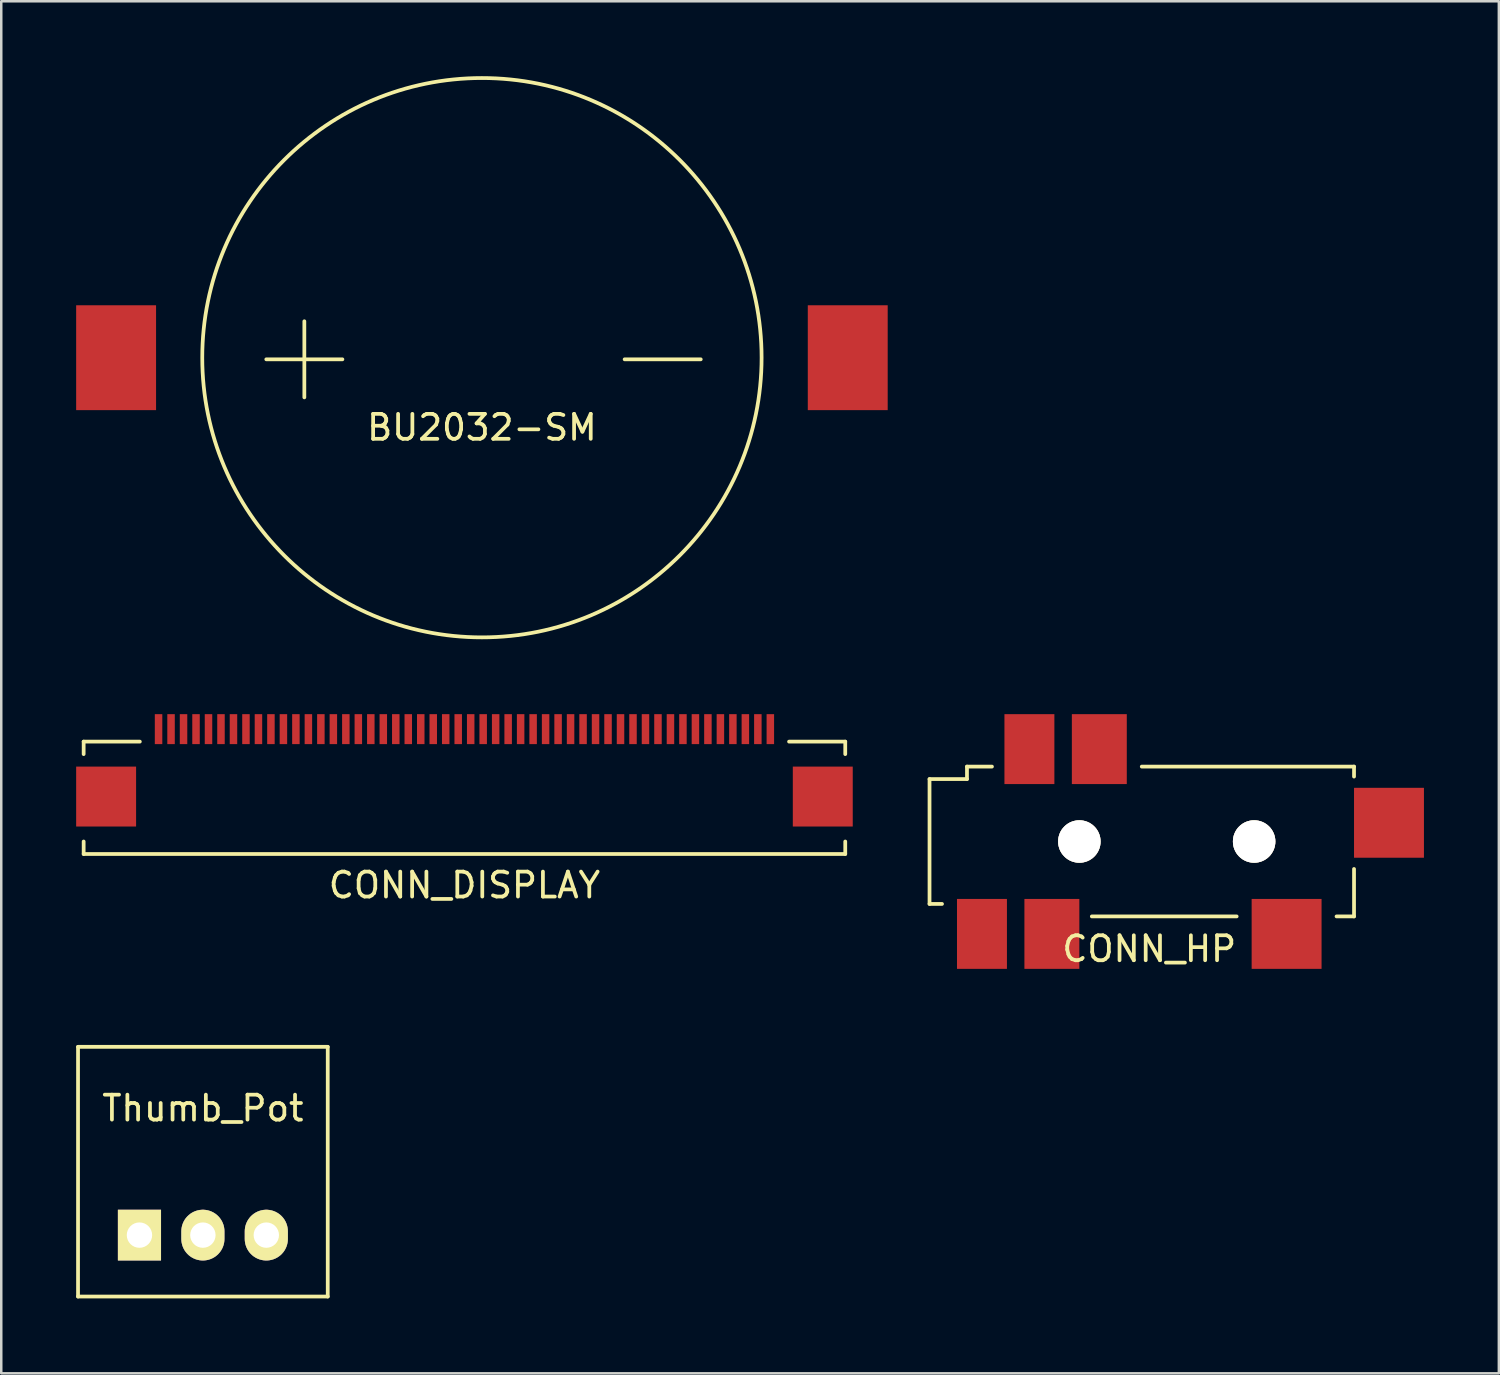
<source format=kicad_pcb>
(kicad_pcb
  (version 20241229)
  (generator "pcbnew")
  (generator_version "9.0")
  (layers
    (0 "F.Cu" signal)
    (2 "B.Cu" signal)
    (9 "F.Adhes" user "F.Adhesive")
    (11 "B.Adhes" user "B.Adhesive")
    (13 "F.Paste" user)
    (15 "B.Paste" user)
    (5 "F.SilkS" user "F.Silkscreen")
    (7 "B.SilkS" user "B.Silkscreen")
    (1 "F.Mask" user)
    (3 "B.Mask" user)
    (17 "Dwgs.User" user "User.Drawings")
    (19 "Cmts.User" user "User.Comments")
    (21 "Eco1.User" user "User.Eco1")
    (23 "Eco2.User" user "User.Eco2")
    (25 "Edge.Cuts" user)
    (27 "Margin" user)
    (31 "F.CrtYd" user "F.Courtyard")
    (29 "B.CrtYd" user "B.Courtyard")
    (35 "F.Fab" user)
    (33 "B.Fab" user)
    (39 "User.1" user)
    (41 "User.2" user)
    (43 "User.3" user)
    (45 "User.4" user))
  (footprint "CONN_DISPLAY"
    (layer "F.Cu")
    (at 15.55 27.65)
    (property "Reference" "CONN_DISPLAY" (at 0 4.75 0) (layer "F.SilkS") (effects (font (size 1 1) (thickness 0.15))))
    (attr through_hole)
    (fp_line (start -15.25 -1) (end -15.25 -0.5) (stroke (width 0.15) (type solid)) (layer "F.SilkS"))
    (fp_line (start -15.25 3) (end -15.25 3.5) (stroke (width 0.15) (type solid)) (layer "F.SilkS"))
    (fp_line (start -15.25 3.5) (end 15.25 3.5) (stroke (width 0.15) (type solid)) (layer "F.SilkS"))
    (fp_line (start -13 -1) (end -15.25 -1) (stroke (width 0.15) (type solid)) (layer "F.SilkS"))
    (fp_line (start 15.25 -1) (end 13 -1) (stroke (width 0.15) (type solid)) (layer "F.SilkS"))
    (fp_line (start 15.25 -0.5) (end 15.25 -1) (stroke (width 0.15) (type solid)) (layer "F.SilkS"))
    (fp_line (start 15.25 3.5) (end 15.25 3) (stroke (width 0.15) (type solid)) (layer "F.SilkS"))
    (pad "1" smd rect (at 12.25 -1.5) (size 0.3 1.2) (layers "F.Cu" "F.Mask" "F.Paste"))
    (pad "2" smd rect (at 11.75 -1.5) (size 0.3 1.2) (layers "F.Cu" "F.Mask" "F.Paste"))
    (pad "3" smd rect (at 11.25 -1.5) (size 0.3 1.2) (layers "F.Cu" "F.Mask" "F.Paste"))
    (pad "4" smd rect (at 10.75 -1.5) (size 0.3 1.2) (layers "F.Cu" "F.Mask" "F.Paste"))
    (pad "5" smd rect (at 10.25 -1.5) (size 0.3 1.2) (layers "F.Cu" "F.Mask" "F.Paste"))
    (pad "6" smd rect (at 9.75 -1.5) (size 0.3 1.2) (layers "F.Cu" "F.Mask" "F.Paste"))
    (pad "7" smd rect (at 9.25 -1.5) (size 0.3 1.2) (layers "F.Cu" "F.Mask" "F.Paste"))
    (pad "8" smd rect (at 8.75 -1.5) (size 0.3 1.2) (layers "F.Cu" "F.Mask" "F.Paste"))
    (pad "9" smd rect (at 8.25 -1.5) (size 0.3 1.2) (layers "F.Cu" "F.Mask" "F.Paste"))
    (pad "10" smd rect (at 7.75 -1.5) (size 0.3 1.2) (layers "F.Cu" "F.Mask" "F.Paste"))
    (pad "11" smd rect (at 7.25 -1.5) (size 0.3 1.2) (layers "F.Cu" "F.Mask" "F.Paste"))
    (pad "12" smd rect (at 6.75 -1.5) (size 0.3 1.2) (layers "F.Cu" "F.Mask" "F.Paste"))
    (pad "13" smd rect (at 6.25 -1.5) (size 0.3 1.2) (layers "F.Cu" "F.Mask" "F.Paste"))
    (pad "14" smd rect (at 5.75 -1.5) (size 0.3 1.2) (layers "F.Cu" "F.Mask" "F.Paste"))
    (pad "15" smd rect (at 5.25 -1.5) (size 0.3 1.2) (layers "F.Cu" "F.Mask" "F.Paste"))
    (pad "16" smd rect (at 4.75 -1.5) (size 0.3 1.2) (layers "F.Cu" "F.Mask" "F.Paste"))
    (pad "17" smd rect (at 4.25 -1.5) (size 0.3 1.2) (layers "F.Cu" "F.Mask" "F.Paste"))
    (pad "18" smd rect (at 3.75 -1.5) (size 0.3 1.2) (layers "F.Cu" "F.Mask" "F.Paste"))
    (pad "19" smd rect (at 3.25 -1.5) (size 0.3 1.2) (layers "F.Cu" "F.Mask" "F.Paste"))
    (pad "20" smd rect (at 2.75 -1.5) (size 0.3 1.2) (layers "F.Cu" "F.Mask" "F.Paste"))
    (pad "21" smd rect (at 2.25 -1.5) (size 0.3 1.2) (layers "F.Cu" "F.Mask" "F.Paste"))
    (pad "22" smd rect (at 1.75 -1.5) (size 0.3 1.2) (layers "F.Cu" "F.Mask" "F.Paste"))
    (pad "23" smd rect (at 1.25 -1.5) (size 0.3 1.2) (layers "F.Cu" "F.Mask" "F.Paste"))
    (pad "24" smd rect (at 0.75 -1.5) (size 0.3 1.2) (layers "F.Cu" "F.Mask" "F.Paste"))
    (pad "25" smd rect (at 0.25 -1.5) (size 0.3 1.2) (layers "F.Cu" "F.Mask" "F.Paste"))
    (pad "26" smd rect (at -0.25 -1.5) (size 0.3 1.2) (layers "F.Cu" "F.Mask" "F.Paste"))
    (pad "27" smd rect (at -0.75 -1.5) (size 0.3 1.2) (layers "F.Cu" "F.Mask" "F.Paste"))
    (pad "28" smd rect (at -1.25 -1.5) (size 0.3 1.2) (layers "F.Cu" "F.Mask" "F.Paste"))
    (pad "29" smd rect (at -1.75 -1.5) (size 0.3 1.2) (layers "F.Cu" "F.Mask" "F.Paste"))
    (pad "30" smd rect (at -2.25 -1.5) (size 0.3 1.2) (layers "F.Cu" "F.Mask" "F.Paste"))
    (pad "31" smd rect (at -2.75 -1.5) (size 0.3 1.2) (layers "F.Cu" "F.Mask" "F.Paste"))
    (pad "32" smd rect (at -3.25 -1.5) (size 0.3 1.2) (layers "F.Cu" "F.Mask" "F.Paste"))
    (pad "33" smd rect (at -3.75 -1.5) (size 0.3 1.2) (layers "F.Cu" "F.Mask" "F.Paste"))
    (pad "34" smd rect (at -4.25 -1.5) (size 0.3 1.2) (layers "F.Cu" "F.Mask" "F.Paste"))
    (pad "35" smd rect (at -4.75 -1.5) (size 0.3 1.2) (layers "F.Cu" "F.Mask" "F.Paste"))
    (pad "36" smd rect (at -5.25 -1.5) (size 0.3 1.2) (layers "F.Cu" "F.Mask" "F.Paste"))
    (pad "37" smd rect (at -5.75 -1.5) (size 0.3 1.2) (layers "F.Cu" "F.Mask" "F.Paste"))
    (pad "38" smd rect (at -6.25 -1.5) (size 0.3 1.2) (layers "F.Cu" "F.Mask" "F.Paste"))
    (pad "39" smd rect (at -6.75 -1.5) (size 0.3 1.2) (layers "F.Cu" "F.Mask" "F.Paste"))
    (pad "40" smd rect (at -7.25 -1.5) (size 0.3 1.2) (layers "F.Cu" "F.Mask" "F.Paste"))
    (pad "41" smd rect (at -7.75 -1.5) (size 0.3 1.2) (layers "F.Cu" "F.Mask" "F.Paste"))
    (pad "42" smd rect (at -8.25 -1.5) (size 0.3 1.2) (layers "F.Cu" "F.Mask" "F.Paste"))
    (pad "43" smd rect (at -8.75 -1.5) (size 0.3 1.2) (layers "F.Cu" "F.Mask" "F.Paste"))
    (pad "44" smd rect (at -9.25 -1.5) (size 0.3 1.2) (layers "F.Cu" "F.Mask" "F.Paste"))
    (pad "45" smd rect (at -9.75 -1.5) (size 0.3 1.2) (layers "F.Cu" "F.Mask" "F.Paste"))
    (pad "46" smd rect (at -10.25 -1.5) (size 0.3 1.2) (layers "F.Cu" "F.Mask" "F.Paste"))
    (pad "47" smd rect (at -10.75 -1.5) (size 0.3 1.2) (layers "F.Cu" "F.Mask" "F.Paste"))
    (pad "48" smd rect (at -11.25 -1.5) (size 0.3 1.2) (layers "F.Cu" "F.Mask" "F.Paste"))
    (pad "49" smd rect (at -11.75 -1.5) (size 0.3 1.2) (layers "F.Cu" "F.Mask" "F.Paste"))
    (pad "50" smd rect (at -12.25 -1.5) (size 0.3 1.2) (layers "F.Cu" "F.Mask" "F.Paste"))
    (pad "51" smd rect (at 14.35 1.2) (size 2.4 2.4) (layers "F.Cu" "F.Mask" "F.Paste"))
    (pad "52" smd rect (at -14.35 1.2) (size 2.4 2.4) (layers "F.Cu" "F.Mask" "F.Paste")))
  (footprint "BU2032-SM"
    (layer "F.Cu")
    (at 16.25 11.275)
    (property "Reference" "BU2032-SM" (at 0 2.794 0) (layer "F.SilkS") (effects (font (size 1 1) (thickness 0.15))))
    (attr through_hole)
    (fp_circle (center 0 0) (end 11.2 0) (stroke (width 0.15) (type solid)) (fill no) (layer "F.SilkS"))
    (fp_text user "+" (at -7.112 -0.254 0) (layer "F.SilkS") (effects (font (size 4 4) (thickness 0.15))))
    (fp_text user "-" (at 7.239 -0.254 0) (layer "F.SilkS") (effects (font (size 4 4) (thickness 0.15))))
    (pad "1" smd rect (at -14.65 0) (size 3.2 4.2) (layers "F.Cu" "F.Mask" "F.Paste"))
    (pad "2" smd rect (at 14.65 0) (size 3.2 4.2) (layers "F.Cu" "F.Mask" "F.Paste")))
  (footprint "Thumb_Pot"
    (layer "F.Cu")
    (at 5.075 43.873)
    (property "Reference" "Thumb_Pot" (at 0 -2.54 180) (layer "F.SilkS") (effects (font (size 1 1) (thickness 0.15))))
    (attr through_hole)
    (fp_line (start -5 -5) (end -5 5) (stroke (width 0.15) (type solid)) (layer "F.SilkS"))
    (fp_line (start -5 5) (end 5 5) (stroke (width 0.15) (type solid)) (layer "F.SilkS"))
    (fp_line (start 5 -5) (end -5 -5) (stroke (width 0.15) (type solid)) (layer "F.SilkS"))
    (fp_line (start 5 5) (end 5 -5) (stroke (width 0.15) (type solid)) (layer "F.SilkS"))
    (pad "1" thru_hole rect (at -2.54 2.54 90) (size 2.032 1.727) (drill 1.016) (layers "*.Cu" "*.Mask" "F.SilkS"))
    (pad "2" thru_hole oval (at 0 2.54 90) (size 2.032 1.727) (drill 1.016) (layers "*.Cu" "*.Mask" "F.SilkS"))
    (pad "3" thru_hole oval (at 2.54 2.54 90) (size 2.032 1.727) (drill 1.016) (layers "*.Cu" "*.Mask" "F.SilkS")))
  (footprint "CONN_HP"
    (layer "F.Cu")
    (at 40.175 30.65)
    (property "Reference" "CONN_HP" (at 2.8 4.3 0) (layer "F.SilkS") (effects (font (size 1 1) (thickness 0.15))))
    (attr through_hole)
    (fp_line (start -6 -2.5) (end -6 2.5) (stroke (width 0.15) (type solid)) (layer "F.SilkS"))
    (fp_line (start -6 2.5) (end -5.5 2.5) (stroke (width 0.15) (type solid)) (layer "F.SilkS"))
    (fp_line (start -4.5 -3) (end -4.5 -2.5) (stroke (width 0.15) (type solid)) (layer "F.SilkS"))
    (fp_line (start -4.5 -2.5) (end -6 -2.5) (stroke (width 0.15) (type solid)) (layer "F.SilkS"))
    (fp_line (start -3.5 -3) (end -4.5 -3) (stroke (width 0.15) (type solid)) (layer "F.SilkS"))
    (fp_line (start 6.3 3) (end 0.5 3) (stroke (width 0.15) (type solid)) (layer "F.SilkS"))
    (fp_line (start 11 -3) (end 2.5 -3) (stroke (width 0.15) (type solid)) (layer "F.SilkS"))
    (fp_line (start 11 -3) (end 11 -2.6) (stroke (width 0.15) (type solid)) (layer "F.SilkS"))
    (fp_line (start 11 1.1) (end 11 3) (stroke (width 0.15) (type solid)) (layer "F.SilkS"))
    (fp_line (start 11 3) (end 10.3 3) (stroke (width 0.15) (type solid)) (layer "F.SilkS"))
    (pad "" thru_hole circle (at 0 0) (size 1.7 1.7) (drill 1.7) (layers "*.Cu" "*.Mask" "F.SilkS"))
    (pad "" thru_hole circle (at 7 0) (size 1.7 1.7) (drill 1.7) (layers "*.Cu" "*.Mask" "F.SilkS"))
    (pad "1" smd rect (at -3.9 3.7) (size 2 2.8) (layers "F.Cu" "F.Mask" "F.Paste"))
    (pad "2" smd rect (at 8.3 3.7) (size 2.8 2.8) (layers "F.Cu" "F.Mask" "F.Paste"))
    (pad "3" smd rect (at 0.8 -3.7) (size 2.2 2.8) (layers "F.Cu" "F.Mask" "F.Paste"))
    (pad "4" smd rect (at -1.1 3.7) (size 2.2 2.8) (layers "F.Cu" "F.Mask" "F.Paste"))
    (pad "5" smd rect (at 12.4 -0.75) (size 2.8 2.8) (layers "F.Cu" "F.Mask" "F.Paste"))
    (pad "6" smd rect (at -2 -3.7) (size 2 2.8) (layers "F.Cu" "F.Mask" "F.Paste")))
  (gr_rect
    (start -3 -3)
    (end 56.975 51.948)
    (stroke (width 0.1) (type default))
    (fill no)
    (layer "Edge.Cuts")))
</source>
